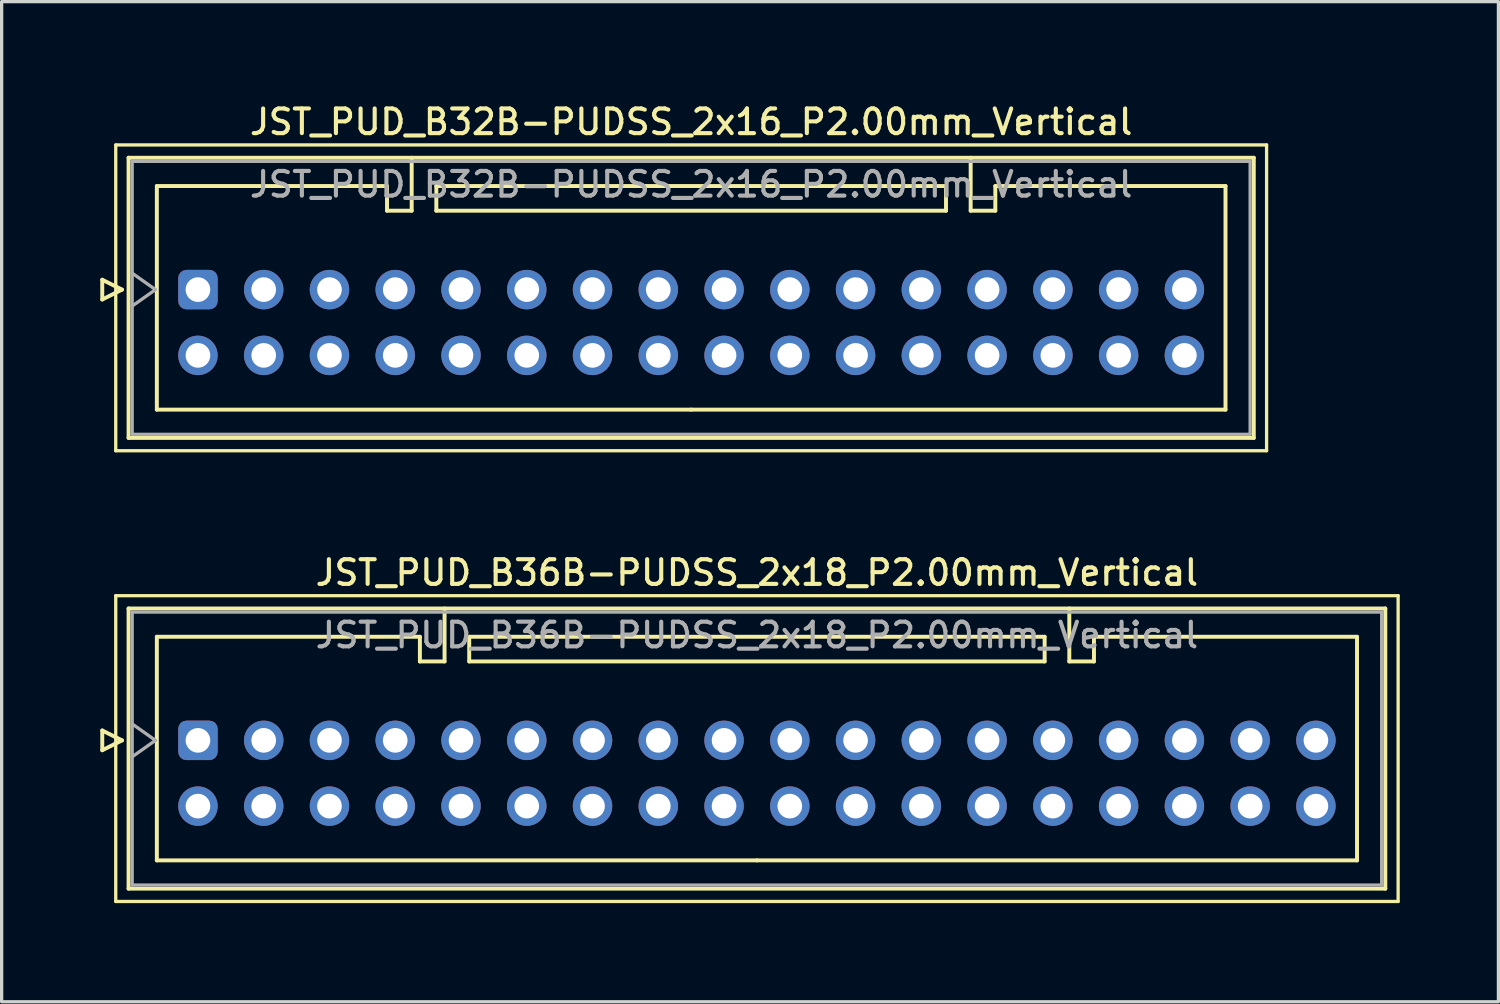
<source format=kicad_pcb>
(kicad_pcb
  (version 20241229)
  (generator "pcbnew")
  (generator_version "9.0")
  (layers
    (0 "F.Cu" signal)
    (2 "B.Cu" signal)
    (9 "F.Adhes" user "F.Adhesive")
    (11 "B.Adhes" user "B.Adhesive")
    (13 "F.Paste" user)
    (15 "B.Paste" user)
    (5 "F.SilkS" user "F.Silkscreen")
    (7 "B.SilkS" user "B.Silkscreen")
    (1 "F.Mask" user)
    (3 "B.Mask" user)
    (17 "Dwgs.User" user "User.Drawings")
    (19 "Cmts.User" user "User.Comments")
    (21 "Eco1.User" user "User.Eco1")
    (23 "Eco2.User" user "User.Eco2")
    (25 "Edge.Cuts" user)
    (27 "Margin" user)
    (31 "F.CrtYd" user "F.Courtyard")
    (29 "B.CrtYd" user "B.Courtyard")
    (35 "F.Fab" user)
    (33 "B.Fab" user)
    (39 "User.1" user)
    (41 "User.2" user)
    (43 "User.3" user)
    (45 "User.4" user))
  (footprint "JST_PUD_B32B-PUDSS_2x16_P2.00mm_Vertical"
    (layer "F.Cu")
    (at 2.97 5.758)
    (property "Reference" "JST_PUD_B32B-PUDSS_2x16_P2.00mm_Vertical" (at 15 -5.1 0) (layer "F.SilkS") (effects (font (size 0.75 0.75) (thickness 0.125))))
    (attr through_hole)
    (fp_line (start -2.91 -0.3) (end -2.31 0) (stroke (width 0.12) (type solid)) (layer "F.SilkS"))
    (fp_line (start -2.91 0.3) (end -2.91 -0.3) (stroke (width 0.12) (type solid)) (layer "F.SilkS"))
    (fp_line (start -2.5 -4.4) (end -2.5 4.9) (stroke (width 0.1) (type solid)) (layer "F.SilkS"))
    (fp_line (start -2.5 4.9) (end 32.5 4.9) (stroke (width 0.1) (type solid)) (layer "F.SilkS"))
    (fp_line (start -2.31 0) (end -2.91 0.3) (stroke (width 0.12) (type solid)) (layer "F.SilkS"))
    (fp_line (start -2.11 -4.01) (end -2.11 4.51) (stroke (width 0.12) (type solid)) (layer "F.SilkS"))
    (fp_line (start -2.11 4.51) (end 32.11 4.51) (stroke (width 0.12) (type solid)) (layer "F.SilkS"))
    (fp_line (start -1.25 -3.15) (end -1.25 3.65) (stroke (width 0.12) (type solid)) (layer "F.SilkS"))
    (fp_line (start -1.25 3.65) (end 15 3.65) (stroke (width 0.12) (type solid)) (layer "F.SilkS"))
    (fp_line (start 5.75 -3.15) (end -1.25 -3.15) (stroke (width 0.12) (type solid)) (layer "F.SilkS"))
    (fp_line (start 5.75 -2.4) (end 5.75 -3.15) (stroke (width 0.12) (type solid)) (layer "F.SilkS"))
    (fp_line (start 6.5 -4.01) (end 6.5 -2.4) (stroke (width 0.12) (type solid)) (layer "F.SilkS"))
    (fp_line (start 6.5 -2.4) (end 5.75 -2.4) (stroke (width 0.12) (type solid)) (layer "F.SilkS"))
    (fp_line (start 7.25 -3.15) (end 7.25 -2.4) (stroke (width 0.12) (type solid)) (layer "F.SilkS"))
    (fp_line (start 7.25 -2.4) (end 22.75 -2.4) (stroke (width 0.12) (type solid)) (layer "F.SilkS"))
    (fp_line (start 22.75 -3.15) (end 7.25 -3.15) (stroke (width 0.12) (type solid)) (layer "F.SilkS"))
    (fp_line (start 22.75 -2.4) (end 22.75 -3.15) (stroke (width 0.12) (type solid)) (layer "F.SilkS"))
    (fp_line (start 23.5 -4.01) (end 23.5 -2.4) (stroke (width 0.12) (type solid)) (layer "F.SilkS"))
    (fp_line (start 23.5 -2.4) (end 24.25 -2.4) (stroke (width 0.12) (type solid)) (layer "F.SilkS"))
    (fp_line (start 24.25 -3.15) (end 31.25 -3.15) (stroke (width 0.12) (type solid)) (layer "F.SilkS"))
    (fp_line (start 24.25 -2.4) (end 24.25 -3.15) (stroke (width 0.12) (type solid)) (layer "F.SilkS"))
    (fp_line (start 31.25 -3.15) (end 31.25 3.65) (stroke (width 0.12) (type solid)) (layer "F.SilkS"))
    (fp_line (start 31.25 3.65) (end 15 3.65) (stroke (width 0.12) (type solid)) (layer "F.SilkS"))
    (fp_line (start 32.11 -4.01) (end -2.11 -4.01) (stroke (width 0.12) (type solid)) (layer "F.SilkS"))
    (fp_line (start 32.11 4.51) (end 32.11 -4.01) (stroke (width 0.12) (type solid)) (layer "F.SilkS"))
    (fp_line (start 32.5 -4.4) (end -2.5 -4.4) (stroke (width 0.1) (type solid)) (layer "F.SilkS"))
    (fp_line (start 32.5 4.9) (end 32.5 -4.4) (stroke (width 0.1) (type solid)) (layer "F.SilkS"))
    (fp_line (start -2 -3.9) (end -2 4.4) (stroke (width 0.1) (type solid)) (layer "F.Fab"))
    (fp_line (start -2 0.5) (end -1.293 0) (stroke (width 0.1) (type solid)) (layer "F.Fab"))
    (fp_line (start -2 4.4) (end 32 4.4) (stroke (width 0.1) (type solid)) (layer "F.Fab"))
    (fp_line (start -1.293 0) (end -2 -0.5) (stroke (width 0.1) (type solid)) (layer "F.Fab"))
    (fp_line (start 32 -3.9) (end -2 -3.9) (stroke (width 0.1) (type solid)) (layer "F.Fab"))
    (fp_line (start 32 4.4) (end 32 -3.9) (stroke (width 0.1) (type solid)) (layer "F.Fab"))
    (fp_text user "${REFERENCE}" (at 15 -3.2 0) (layer "F.Fab") (effects (font (size 0.75 0.75) (thickness 0.125))))
    (pad "1" thru_hole roundrect (at 0 0) (size 1.2 1.2) (drill 0.75) (layers "*.Cu" "*.Mask") (roundrect_rratio 0.208))
    (pad "2" thru_hole circle (at 0 2) (size 1.2 1.2) (drill 0.75) (layers "*.Cu" "*.Mask"))
    (pad "3" thru_hole circle (at 2 0) (size 1.2 1.2) (drill 0.75) (layers "*.Cu" "*.Mask"))
    (pad "4" thru_hole circle (at 2 2) (size 1.2 1.2) (drill 0.75) (layers "*.Cu" "*.Mask"))
    (pad "5" thru_hole circle (at 4 0) (size 1.2 1.2) (drill 0.75) (layers "*.Cu" "*.Mask"))
    (pad "6" thru_hole circle (at 4 2) (size 1.2 1.2) (drill 0.75) (layers "*.Cu" "*.Mask"))
    (pad "7" thru_hole circle (at 6 0) (size 1.2 1.2) (drill 0.75) (layers "*.Cu" "*.Mask"))
    (pad "8" thru_hole circle (at 6 2) (size 1.2 1.2) (drill 0.75) (layers "*.Cu" "*.Mask"))
    (pad "9" thru_hole circle (at 8 0) (size 1.2 1.2) (drill 0.75) (layers "*.Cu" "*.Mask"))
    (pad "10" thru_hole circle (at 8 2) (size 1.2 1.2) (drill 0.75) (layers "*.Cu" "*.Mask"))
    (pad "11" thru_hole circle (at 10 0) (size 1.2 1.2) (drill 0.75) (layers "*.Cu" "*.Mask"))
    (pad "12" thru_hole circle (at 10 2) (size 1.2 1.2) (drill 0.75) (layers "*.Cu" "*.Mask"))
    (pad "13" thru_hole circle (at 12 0) (size 1.2 1.2) (drill 0.75) (layers "*.Cu" "*.Mask"))
    (pad "14" thru_hole circle (at 12 2) (size 1.2 1.2) (drill 0.75) (layers "*.Cu" "*.Mask"))
    (pad "15" thru_hole circle (at 14 0) (size 1.2 1.2) (drill 0.75) (layers "*.Cu" "*.Mask"))
    (pad "16" thru_hole circle (at 14 2) (size 1.2 1.2) (drill 0.75) (layers "*.Cu" "*.Mask"))
    (pad "17" thru_hole circle (at 16 0) (size 1.2 1.2) (drill 0.75) (layers "*.Cu" "*.Mask"))
    (pad "18" thru_hole circle (at 16 2) (size 1.2 1.2) (drill 0.75) (layers "*.Cu" "*.Mask"))
    (pad "19" thru_hole circle (at 18 0) (size 1.2 1.2) (drill 0.75) (layers "*.Cu" "*.Mask"))
    (pad "20" thru_hole circle (at 18 2) (size 1.2 1.2) (drill 0.75) (layers "*.Cu" "*.Mask"))
    (pad "21" thru_hole circle (at 20 0) (size 1.2 1.2) (drill 0.75) (layers "*.Cu" "*.Mask"))
    (pad "22" thru_hole circle (at 20 2) (size 1.2 1.2) (drill 0.75) (layers "*.Cu" "*.Mask"))
    (pad "23" thru_hole circle (at 22 0) (size 1.2 1.2) (drill 0.75) (layers "*.Cu" "*.Mask"))
    (pad "24" thru_hole circle (at 22 2) (size 1.2 1.2) (drill 0.75) (layers "*.Cu" "*.Mask"))
    (pad "25" thru_hole circle (at 24 0) (size 1.2 1.2) (drill 0.75) (layers "*.Cu" "*.Mask"))
    (pad "26" thru_hole circle (at 24 2) (size 1.2 1.2) (drill 0.75) (layers "*.Cu" "*.Mask"))
    (pad "27" thru_hole circle (at 26 0) (size 1.2 1.2) (drill 0.75) (layers "*.Cu" "*.Mask"))
    (pad "28" thru_hole circle (at 26 2) (size 1.2 1.2) (drill 0.75) (layers "*.Cu" "*.Mask"))
    (pad "29" thru_hole circle (at 28 0) (size 1.2 1.2) (drill 0.75) (layers "*.Cu" "*.Mask"))
    (pad "30" thru_hole circle (at 28 2) (size 1.2 1.2) (drill 0.75) (layers "*.Cu" "*.Mask"))
    (pad "31" thru_hole circle (at 30 0) (size 1.2 1.2) (drill 0.75) (layers "*.Cu" "*.Mask"))
    (pad "32" thru_hole circle (at 30 2) (size 1.2 1.2) (drill 0.75) (layers "*.Cu" "*.Mask")))
  (footprint "JST_PUD_B36B-PUDSS_2x18_P2.00mm_Vertical"
    (layer "F.Cu")
    (at 2.97 19.466)
    (property "Reference" "JST_PUD_B36B-PUDSS_2x18_P2.00mm_Vertical" (at 17 -5.1 0) (layer "F.SilkS") (effects (font (size 0.75 0.75) (thickness 0.125))))
    (attr through_hole)
    (fp_line (start -2.91 -0.3) (end -2.31 0) (stroke (width 0.12) (type solid)) (layer "F.SilkS"))
    (fp_line (start -2.91 0.3) (end -2.91 -0.3) (stroke (width 0.12) (type solid)) (layer "F.SilkS"))
    (fp_line (start -2.5 -4.4) (end -2.5 4.9) (stroke (width 0.1) (type solid)) (layer "F.SilkS"))
    (fp_line (start -2.5 4.9) (end 36.5 4.9) (stroke (width 0.1) (type solid)) (layer "F.SilkS"))
    (fp_line (start -2.31 0) (end -2.91 0.3) (stroke (width 0.12) (type solid)) (layer "F.SilkS"))
    (fp_line (start -2.11 -4.01) (end -2.11 4.51) (stroke (width 0.12) (type solid)) (layer "F.SilkS"))
    (fp_line (start -2.11 4.51) (end 36.11 4.51) (stroke (width 0.12) (type solid)) (layer "F.SilkS"))
    (fp_line (start -1.25 -3.15) (end -1.25 3.65) (stroke (width 0.12) (type solid)) (layer "F.SilkS"))
    (fp_line (start -1.25 3.65) (end 17 3.65) (stroke (width 0.12) (type solid)) (layer "F.SilkS"))
    (fp_line (start 6.75 -3.15) (end -1.25 -3.15) (stroke (width 0.12) (type solid)) (layer "F.SilkS"))
    (fp_line (start 6.75 -2.4) (end 6.75 -3.15) (stroke (width 0.12) (type solid)) (layer "F.SilkS"))
    (fp_line (start 7.5 -4.01) (end 7.5 -2.4) (stroke (width 0.12) (type solid)) (layer "F.SilkS"))
    (fp_line (start 7.5 -2.4) (end 6.75 -2.4) (stroke (width 0.12) (type solid)) (layer "F.SilkS"))
    (fp_line (start 8.25 -3.15) (end 8.25 -2.4) (stroke (width 0.12) (type solid)) (layer "F.SilkS"))
    (fp_line (start 8.25 -2.4) (end 25.75 -2.4) (stroke (width 0.12) (type solid)) (layer "F.SilkS"))
    (fp_line (start 25.75 -3.15) (end 8.25 -3.15) (stroke (width 0.12) (type solid)) (layer "F.SilkS"))
    (fp_line (start 25.75 -2.4) (end 25.75 -3.15) (stroke (width 0.12) (type solid)) (layer "F.SilkS"))
    (fp_line (start 26.5 -4.01) (end 26.5 -2.4) (stroke (width 0.12) (type solid)) (layer "F.SilkS"))
    (fp_line (start 26.5 -2.4) (end 27.25 -2.4) (stroke (width 0.12) (type solid)) (layer "F.SilkS"))
    (fp_line (start 27.25 -3.15) (end 35.25 -3.15) (stroke (width 0.12) (type solid)) (layer "F.SilkS"))
    (fp_line (start 27.25 -2.4) (end 27.25 -3.15) (stroke (width 0.12) (type solid)) (layer "F.SilkS"))
    (fp_line (start 35.25 -3.15) (end 35.25 3.65) (stroke (width 0.12) (type solid)) (layer "F.SilkS"))
    (fp_line (start 35.25 3.65) (end 17 3.65) (stroke (width 0.12) (type solid)) (layer "F.SilkS"))
    (fp_line (start 36.11 -4.01) (end -2.11 -4.01) (stroke (width 0.12) (type solid)) (layer "F.SilkS"))
    (fp_line (start 36.11 4.51) (end 36.11 -4.01) (stroke (width 0.12) (type solid)) (layer "F.SilkS"))
    (fp_line (start 36.5 -4.4) (end -2.5 -4.4) (stroke (width 0.1) (type solid)) (layer "F.SilkS"))
    (fp_line (start 36.5 4.9) (end 36.5 -4.4) (stroke (width 0.1) (type solid)) (layer "F.SilkS"))
    (fp_line (start -2 -3.9) (end -2 4.4) (stroke (width 0.1) (type solid)) (layer "F.Fab"))
    (fp_line (start -2 0.5) (end -1.293 0) (stroke (width 0.1) (type solid)) (layer "F.Fab"))
    (fp_line (start -2 4.4) (end 36 4.4) (stroke (width 0.1) (type solid)) (layer "F.Fab"))
    (fp_line (start -1.293 0) (end -2 -0.5) (stroke (width 0.1) (type solid)) (layer "F.Fab"))
    (fp_line (start 36 -3.9) (end -2 -3.9) (stroke (width 0.1) (type solid)) (layer "F.Fab"))
    (fp_line (start 36 4.4) (end 36 -3.9) (stroke (width 0.1) (type solid)) (layer "F.Fab"))
    (fp_text user "${REFERENCE}" (at 17 -3.2 0) (layer "F.Fab") (effects (font (size 0.75 0.75) (thickness 0.125))))
    (pad "1" thru_hole roundrect (at 0 0) (size 1.2 1.2) (drill 0.75) (layers "*.Cu" "*.Mask") (roundrect_rratio 0.208))
    (pad "2" thru_hole circle (at 0 2) (size 1.2 1.2) (drill 0.75) (layers "*.Cu" "*.Mask"))
    (pad "3" thru_hole circle (at 2 0) (size 1.2 1.2) (drill 0.75) (layers "*.Cu" "*.Mask"))
    (pad "4" thru_hole circle (at 2 2) (size 1.2 1.2) (drill 0.75) (layers "*.Cu" "*.Mask"))
    (pad "5" thru_hole circle (at 4 0) (size 1.2 1.2) (drill 0.75) (layers "*.Cu" "*.Mask"))
    (pad "6" thru_hole circle (at 4 2) (size 1.2 1.2) (drill 0.75) (layers "*.Cu" "*.Mask"))
    (pad "7" thru_hole circle (at 6 0) (size 1.2 1.2) (drill 0.75) (layers "*.Cu" "*.Mask"))
    (pad "8" thru_hole circle (at 6 2) (size 1.2 1.2) (drill 0.75) (layers "*.Cu" "*.Mask"))
    (pad "9" thru_hole circle (at 8 0) (size 1.2 1.2) (drill 0.75) (layers "*.Cu" "*.Mask"))
    (pad "10" thru_hole circle (at 8 2) (size 1.2 1.2) (drill 0.75) (layers "*.Cu" "*.Mask"))
    (pad "11" thru_hole circle (at 10 0) (size 1.2 1.2) (drill 0.75) (layers "*.Cu" "*.Mask"))
    (pad "12" thru_hole circle (at 10 2) (size 1.2 1.2) (drill 0.75) (layers "*.Cu" "*.Mask"))
    (pad "13" thru_hole circle (at 12 0) (size 1.2 1.2) (drill 0.75) (layers "*.Cu" "*.Mask"))
    (pad "14" thru_hole circle (at 12 2) (size 1.2 1.2) (drill 0.75) (layers "*.Cu" "*.Mask"))
    (pad "15" thru_hole circle (at 14 0) (size 1.2 1.2) (drill 0.75) (layers "*.Cu" "*.Mask"))
    (pad "16" thru_hole circle (at 14 2) (size 1.2 1.2) (drill 0.75) (layers "*.Cu" "*.Mask"))
    (pad "17" thru_hole circle (at 16 0) (size 1.2 1.2) (drill 0.75) (layers "*.Cu" "*.Mask"))
    (pad "18" thru_hole circle (at 16 2) (size 1.2 1.2) (drill 0.75) (layers "*.Cu" "*.Mask"))
    (pad "19" thru_hole circle (at 18 0) (size 1.2 1.2) (drill 0.75) (layers "*.Cu" "*.Mask"))
    (pad "20" thru_hole circle (at 18 2) (size 1.2 1.2) (drill 0.75) (layers "*.Cu" "*.Mask"))
    (pad "21" thru_hole circle (at 20 0) (size 1.2 1.2) (drill 0.75) (layers "*.Cu" "*.Mask"))
    (pad "22" thru_hole circle (at 20 2) (size 1.2 1.2) (drill 0.75) (layers "*.Cu" "*.Mask"))
    (pad "23" thru_hole circle (at 22 0) (size 1.2 1.2) (drill 0.75) (layers "*.Cu" "*.Mask"))
    (pad "24" thru_hole circle (at 22 2) (size 1.2 1.2) (drill 0.75) (layers "*.Cu" "*.Mask"))
    (pad "25" thru_hole circle (at 24 0) (size 1.2 1.2) (drill 0.75) (layers "*.Cu" "*.Mask"))
    (pad "26" thru_hole circle (at 24 2) (size 1.2 1.2) (drill 0.75) (layers "*.Cu" "*.Mask"))
    (pad "27" thru_hole circle (at 26 0) (size 1.2 1.2) (drill 0.75) (layers "*.Cu" "*.Mask"))
    (pad "28" thru_hole circle (at 26 2) (size 1.2 1.2) (drill 0.75) (layers "*.Cu" "*.Mask"))
    (pad "29" thru_hole circle (at 28 0) (size 1.2 1.2) (drill 0.75) (layers "*.Cu" "*.Mask"))
    (pad "30" thru_hole circle (at 28 2) (size 1.2 1.2) (drill 0.75) (layers "*.Cu" "*.Mask"))
    (pad "31" thru_hole circle (at 30 0) (size 1.2 1.2) (drill 0.75) (layers "*.Cu" "*.Mask"))
    (pad "32" thru_hole circle (at 30 2) (size 1.2 1.2) (drill 0.75) (layers "*.Cu" "*.Mask"))
    (pad "33" thru_hole circle (at 32 0) (size 1.2 1.2) (drill 0.75) (layers "*.Cu" "*.Mask"))
    (pad "34" thru_hole circle (at 32 2) (size 1.2 1.2) (drill 0.75) (layers "*.Cu" "*.Mask"))
    (pad "35" thru_hole circle (at 34 0) (size 1.2 1.2) (drill 0.75) (layers "*.Cu" "*.Mask"))
    (pad "36" thru_hole circle (at 34 2) (size 1.2 1.2) (drill 0.75) (layers "*.Cu" "*.Mask")))
  (gr_rect
    (start -3 -3)
    (end 42.52 27.416)
    (stroke (width 0.1) (type default))
    (fill no)
    (layer "Edge.Cuts")))
</source>
